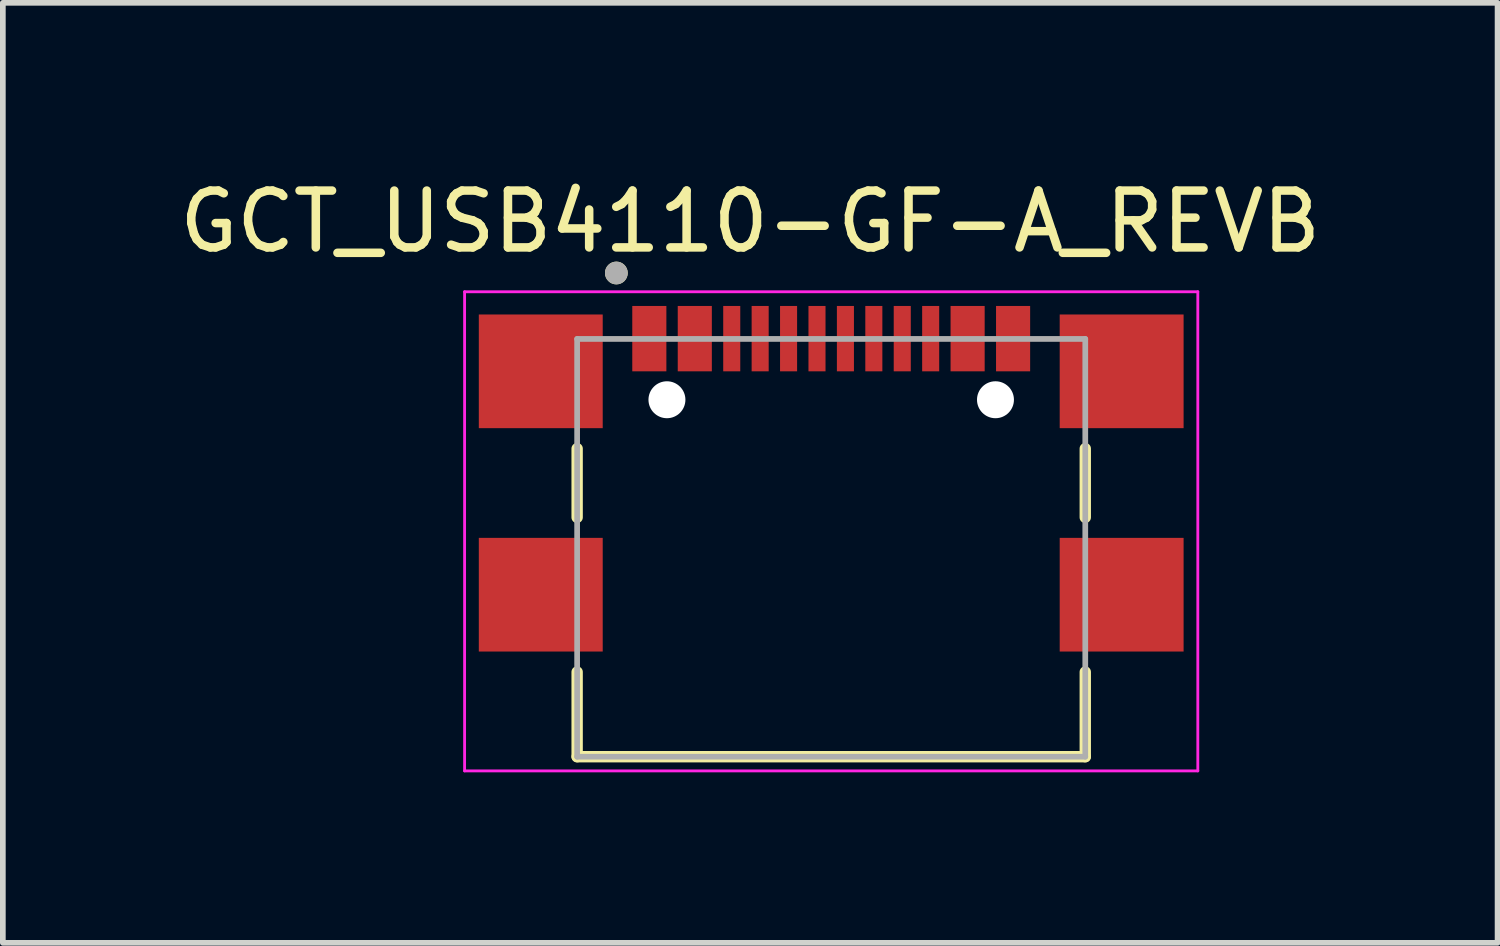
<source format=kicad_pcb>
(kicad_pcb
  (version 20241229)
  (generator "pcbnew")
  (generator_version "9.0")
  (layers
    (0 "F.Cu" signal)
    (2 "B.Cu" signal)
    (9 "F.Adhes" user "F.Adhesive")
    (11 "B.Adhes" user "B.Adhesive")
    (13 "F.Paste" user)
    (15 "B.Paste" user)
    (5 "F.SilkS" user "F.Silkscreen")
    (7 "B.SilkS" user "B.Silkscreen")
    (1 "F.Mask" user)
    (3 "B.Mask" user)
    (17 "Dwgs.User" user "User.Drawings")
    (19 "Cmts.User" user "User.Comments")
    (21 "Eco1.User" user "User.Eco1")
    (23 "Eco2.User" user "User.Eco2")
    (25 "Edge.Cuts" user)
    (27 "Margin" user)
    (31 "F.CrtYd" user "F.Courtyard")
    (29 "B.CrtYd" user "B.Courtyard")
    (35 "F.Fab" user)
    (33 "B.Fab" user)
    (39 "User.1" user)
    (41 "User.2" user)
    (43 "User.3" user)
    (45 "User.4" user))
  (footprint "GCT_USB4110-GF-A_REVB"
    (layer "F.Cu")
    (at 11.574 3.983)
    (property "Reference" "GCT_USB4110-GF-A_REVB" (at -1.425 -3.135 0) (layer "F.SilkS") (effects (font (size 1 1) (thickness 0.15))))
    (attr through_hole)
    (fp_line (start -4.47 0.86) (end -4.47 2.07) (stroke (width 0.2) (type solid)) (layer "F.SilkS"))
    (fp_line (start -4.47 4.79) (end -4.47 6.28) (stroke (width 0.2) (type solid)) (layer "F.SilkS"))
    (fp_line (start -4.47 6.28) (end 4.47 6.28) (stroke (width 0.2) (type solid)) (layer "F.SilkS"))
    (fp_line (start 4.47 0.86) (end 4.47 2.07) (stroke (width 0.2) (type solid)) (layer "F.SilkS"))
    (fp_line (start 4.47 6.28) (end 4.47 4.79) (stroke (width 0.2) (type solid)) (layer "F.SilkS"))
    (fp_circle (center -3.78 -2.23) (end -3.68 -2.23) (stroke (width 0.2) (type solid)) (fill no) (layer "F.SilkS"))
    (fp_line (start -6.45 -1.9) (end 6.45 -1.9) (stroke (width 0.05) (type solid)) (layer "F.CrtYd"))
    (fp_line (start -6.45 6.53) (end -6.45 -1.9) (stroke (width 0.05) (type solid)) (layer "F.CrtYd"))
    (fp_line (start 6.45 -1.9) (end 6.45 6.53) (stroke (width 0.05) (type solid)) (layer "F.CrtYd"))
    (fp_line (start 6.45 6.53) (end -6.45 6.53) (stroke (width 0.05) (type solid)) (layer "F.CrtYd"))
    (fp_line (start -4.47 -1.07) (end -4.47 6.28) (stroke (width 0.1) (type solid)) (layer "F.Fab"))
    (fp_line (start -4.47 6.28) (end 4.47 6.28) (stroke (width 0.1) (type solid)) (layer "F.Fab"))
    (fp_line (start 4.47 -1.07) (end -4.47 -1.07) (stroke (width 0.1) (type solid)) (layer "F.Fab"))
    (fp_line (start 4.47 6.28) (end 4.47 -1.07) (stroke (width 0.1) (type solid)) (layer "F.Fab"))
    (fp_circle (center -3.78 -2.23) (end -3.68 -2.23) (stroke (width 0.2) (type solid)) (fill no) (layer "F.Fab"))
    (pad "" np_thru_hole circle (at -2.89 0) (size 0.65 0.65) (drill 0.65) (layers "*.Cu" "*.Mask"))
    (pad "" np_thru_hole circle (at 2.89 0) (size 0.65 0.65) (drill 0.65) (layers "*.Cu" "*.Mask"))
    (pad "A1/B12" smd rect (at -3.2 -1.075) (size 0.6 1.15) (layers "F.Cu" "F.Mask" "F.Paste"))
    (pad "A4/B9" smd rect (at -2.4 -1.075) (size 0.6 1.15) (layers "F.Cu" "F.Mask" "F.Paste"))
    (pad "A5" smd rect (at -1.25 -1.075) (size 0.3 1.15) (layers "F.Cu" "F.Mask" "F.Paste"))
    (pad "A6" smd rect (at -0.25 -1.075) (size 0.3 1.15) (layers "F.Cu" "F.Mask" "F.Paste"))
    (pad "A7" smd rect (at 0.25 -1.075) (size 0.3 1.15) (layers "F.Cu" "F.Mask" "F.Paste"))
    (pad "A8" smd rect (at 1.25 -1.075) (size 0.3 1.15) (layers "F.Cu" "F.Mask" "F.Paste"))
    (pad "B1/A12" smd rect (at 3.2 -1.075) (size 0.6 1.15) (layers "F.Cu" "F.Mask" "F.Paste"))
    (pad "B4/A9" smd rect (at 2.4 -1.075) (size 0.6 1.15) (layers "F.Cu" "F.Mask" "F.Paste"))
    (pad "B5" smd rect (at 1.75 -1.075) (size 0.3 1.15) (layers "F.Cu" "F.Mask" "F.Paste"))
    (pad "B6" smd rect (at 0.75 -1.075) (size 0.3 1.15) (layers "F.Cu" "F.Mask" "F.Paste"))
    (pad "B7" smd rect (at -0.75 -1.075) (size 0.3 1.15) (layers "F.Cu" "F.Mask" "F.Paste"))
    (pad "B8" smd rect (at -1.75 -1.075) (size 0.3 1.15) (layers "F.Cu" "F.Mask" "F.Paste"))
    (pad "S1" smd rect (at -5.11 -0.5) (size 2.18 2) (layers "F.Cu" "F.Mask" "F.Paste"))
    (pad "S2" smd rect (at 5.11 -0.5) (size 2.18 2) (layers "F.Cu" "F.Mask" "F.Paste"))
    (pad "S3" smd rect (at -5.11 3.43) (size 2.18 2) (layers "F.Cu" "F.Mask" "F.Paste"))
    (pad "S4" smd rect (at 5.11 3.43) (size 2.18 2) (layers "F.Cu" "F.Mask" "F.Paste")))
  (gr_rect
    (start -3 -3)
    (end 23.298 13.538)
    (stroke (width 0.1) (type default))
    (fill no)
    (layer "Edge.Cuts")))
</source>
